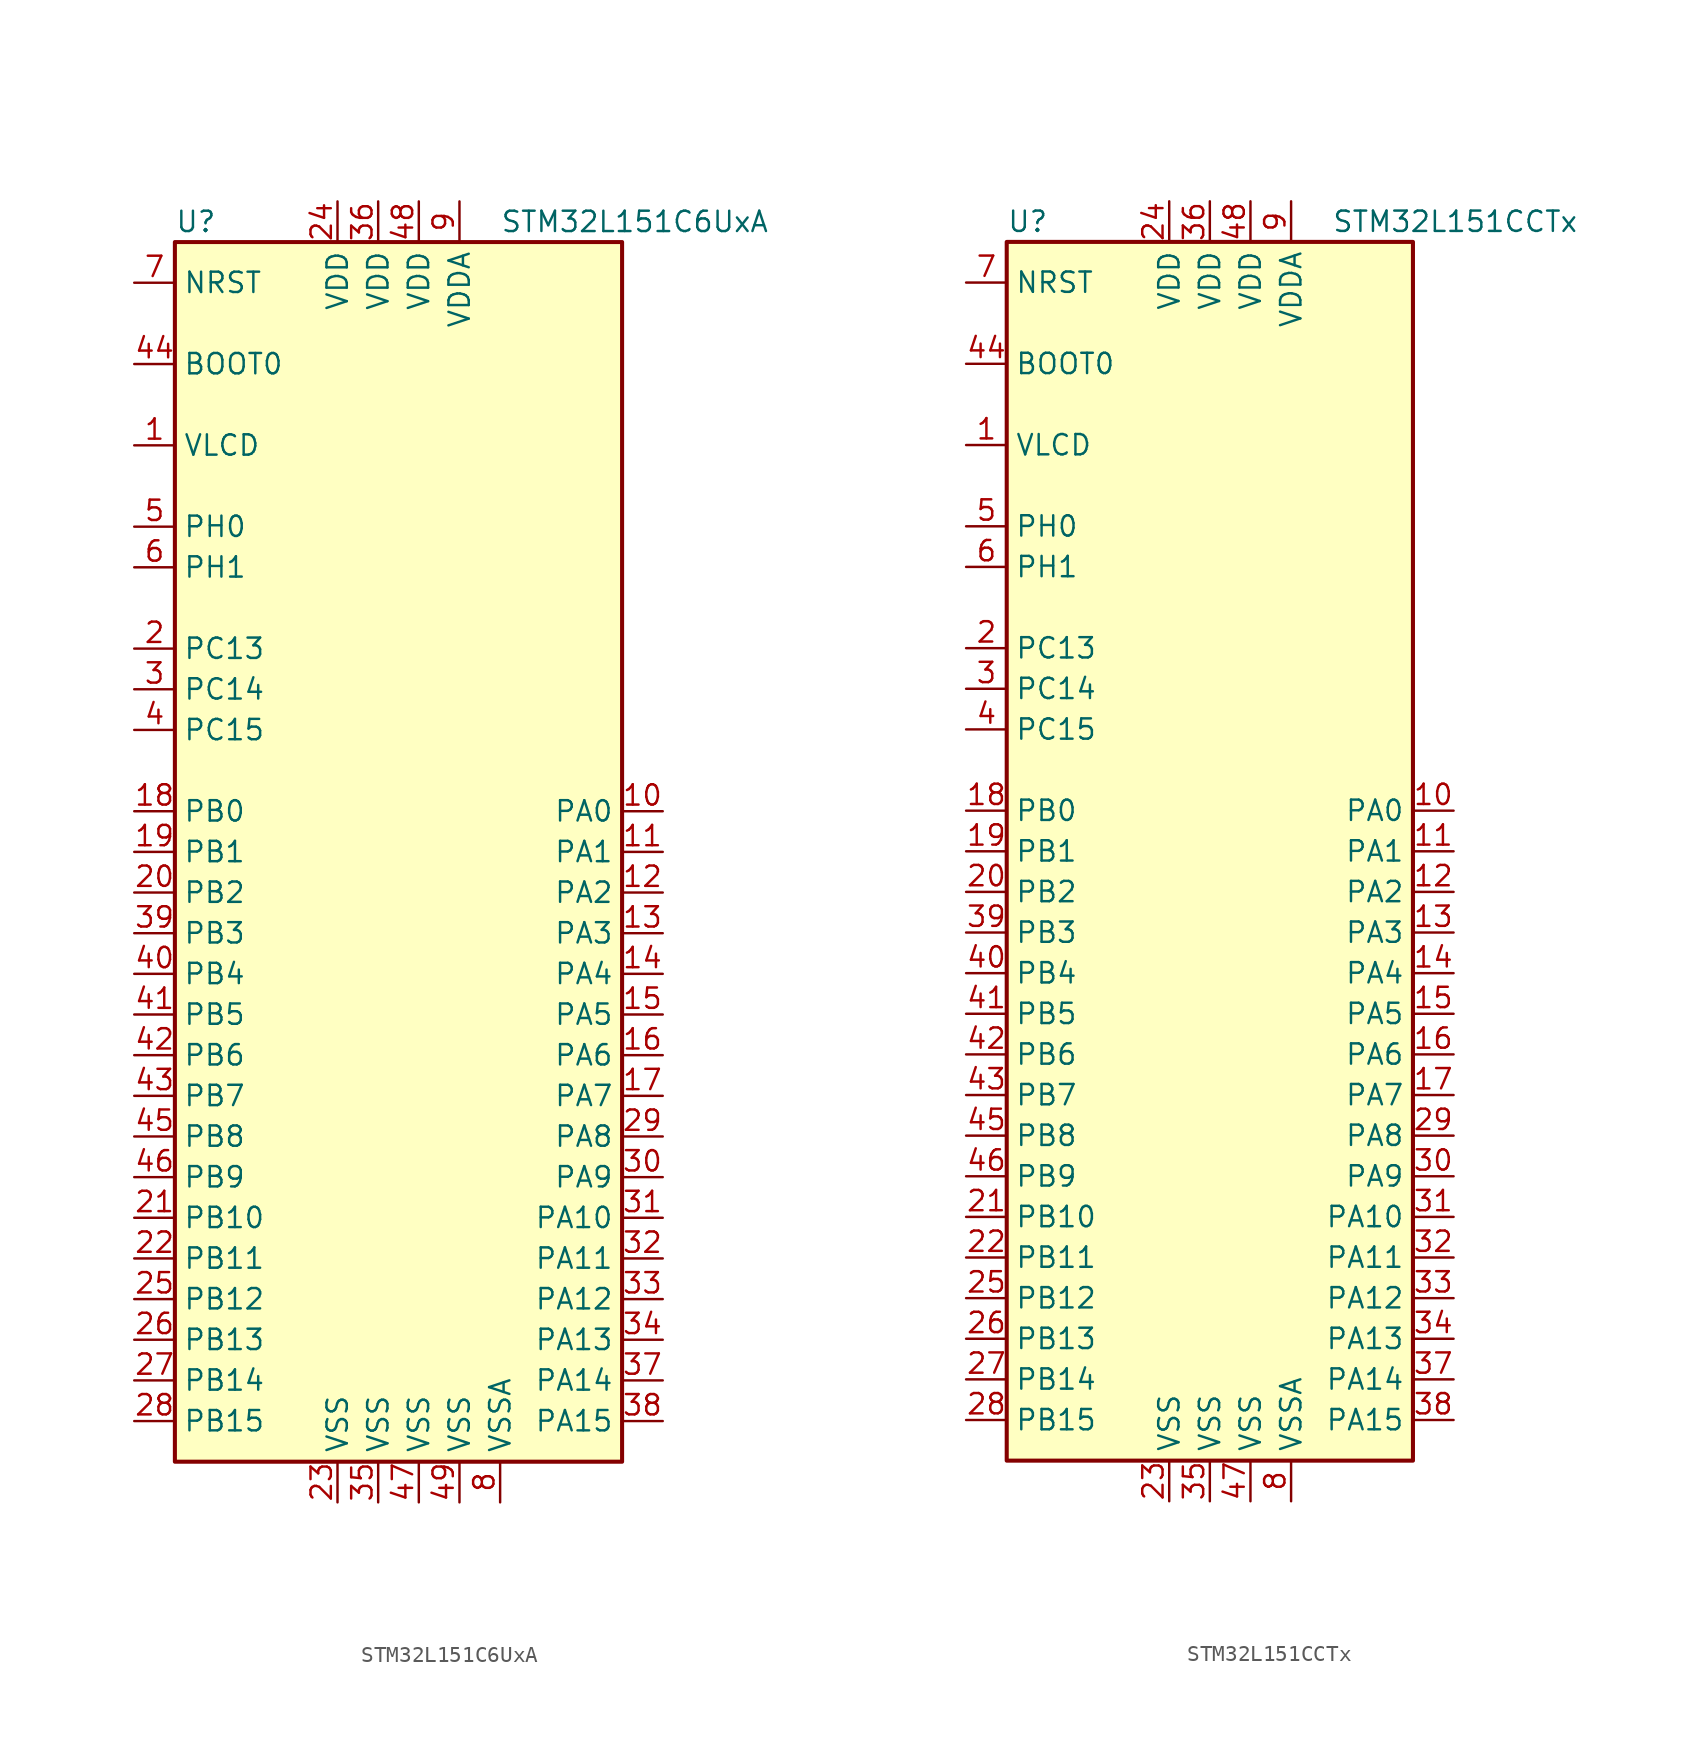
<source format=kicad_sym>
(kicad_symbol_lib
  (version 20201005)
  (generator kicad_symbol_editor)
  (symbol "MCU_ST_STM32L1:STM32L151C6UxA"
    (property "Reference" "U"
      (at -15.24 39.37 0)
      (effects (font (size 1.27 1.27)) (justify left)))
    (property "Value" "STM32L151C6UxA"
      (at 5.08 39.37 0)
      (effects (font (size 1.27 1.27)) (justify left)))
    (symbol "STM32L151C6UxA_0_1"
      (rectangle (start -15.24 -38.1) (end 12.7 38.1) (stroke (width 0.254)) (fill (type background))))
    (symbol "STM32L151C6UxA_1_1"
      (pin input line (at -17.78 30.48 0) (length 2.54) (name "BOOT0" (effects (font (size 1.27 1.27)))) (number "44" (effects (font (size 1.27 1.27)))))
      (pin input line (at -17.78 35.56 0) (length 2.54) (name "NRST" (effects (font (size 1.27 1.27)))) (number "7" (effects (font (size 1.27 1.27)))))
      (pin bidirectional line (at 15.24 2.54 180) (length 2.54) (name "PA0" (effects (font (size 1.27 1.27)))) (number "10" (effects (font (size 1.27 1.27)))))
      (pin bidirectional line (at 15.24 0 180) (length 2.54) (name "PA1" (effects (font (size 1.27 1.27)))) (number "11" (effects (font (size 1.27 1.27)))))
      (pin bidirectional line (at 15.24 -22.86 180) (length 2.54) (name "PA10" (effects (font (size 1.27 1.27)))) (number "31" (effects (font (size 1.27 1.27)))))
      (pin bidirectional line (at 15.24 -25.4 180) (length 2.54) (name "PA11" (effects (font (size 1.27 1.27)))) (number "32" (effects (font (size 1.27 1.27)))))
      (pin bidirectional line (at 15.24 -27.94 180) (length 2.54) (name "PA12" (effects (font (size 1.27 1.27)))) (number "33" (effects (font (size 1.27 1.27)))))
      (pin bidirectional line (at 15.24 -30.48 180) (length 2.54) (name "PA13" (effects (font (size 1.27 1.27)))) (number "34" (effects (font (size 1.27 1.27)))))
      (pin bidirectional line (at 15.24 -33.02 180) (length 2.54) (name "PA14" (effects (font (size 1.27 1.27)))) (number "37" (effects (font (size 1.27 1.27)))))
      (pin bidirectional line (at 15.24 -35.56 180) (length 2.54) (name "PA15" (effects (font (size 1.27 1.27)))) (number "38" (effects (font (size 1.27 1.27)))))
      (pin bidirectional line (at 15.24 -2.54 180) (length 2.54) (name "PA2" (effects (font (size 1.27 1.27)))) (number "12" (effects (font (size 1.27 1.27)))))
      (pin bidirectional line (at 15.24 -5.08 180) (length 2.54) (name "PA3" (effects (font (size 1.27 1.27)))) (number "13" (effects (font (size 1.27 1.27)))))
      (pin bidirectional line (at 15.24 -7.62 180) (length 2.54) (name "PA4" (effects (font (size 1.27 1.27)))) (number "14" (effects (font (size 1.27 1.27)))))
      (pin bidirectional line (at 15.24 -10.16 180) (length 2.54) (name "PA5" (effects (font (size 1.27 1.27)))) (number "15" (effects (font (size 1.27 1.27)))))
      (pin bidirectional line (at 15.24 -12.7 180) (length 2.54) (name "PA6" (effects (font (size 1.27 1.27)))) (number "16" (effects (font (size 1.27 1.27)))))
      (pin bidirectional line (at 15.24 -15.24 180) (length 2.54) (name "PA7" (effects (font (size 1.27 1.27)))) (number "17" (effects (font (size 1.27 1.27)))))
      (pin bidirectional line (at 15.24 -17.78 180) (length 2.54) (name "PA8" (effects (font (size 1.27 1.27)))) (number "29" (effects (font (size 1.27 1.27)))))
      (pin bidirectional line (at 15.24 -20.32 180) (length 2.54) (name "PA9" (effects (font (size 1.27 1.27)))) (number "30" (effects (font (size 1.27 1.27)))))
      (pin bidirectional line (at -17.78 2.54 0) (length 2.54) (name "PB0" (effects (font (size 1.27 1.27)))) (number "18" (effects (font (size 1.27 1.27)))))
      (pin bidirectional line (at -17.78 0 0) (length 2.54) (name "PB1" (effects (font (size 1.27 1.27)))) (number "19" (effects (font (size 1.27 1.27)))))
      (pin bidirectional line (at -17.78 -22.86 0) (length 2.54) (name "PB10" (effects (font (size 1.27 1.27)))) (number "21" (effects (font (size 1.27 1.27)))))
      (pin bidirectional line (at -17.78 -25.4 0) (length 2.54) (name "PB11" (effects (font (size 1.27 1.27)))) (number "22" (effects (font (size 1.27 1.27)))))
      (pin bidirectional line (at -17.78 -27.94 0) (length 2.54) (name "PB12" (effects (font (size 1.27 1.27)))) (number "25" (effects (font (size 1.27 1.27)))))
      (pin bidirectional line (at -17.78 -30.48 0) (length 2.54) (name "PB13" (effects (font (size 1.27 1.27)))) (number "26" (effects (font (size 1.27 1.27)))))
      (pin bidirectional line (at -17.78 -33.02 0) (length 2.54) (name "PB14" (effects (font (size 1.27 1.27)))) (number "27" (effects (font (size 1.27 1.27)))))
      (pin bidirectional line (at -17.78 -35.56 0) (length 2.54) (name "PB15" (effects (font (size 1.27 1.27)))) (number "28" (effects (font (size 1.27 1.27)))))
      (pin bidirectional line (at -17.78 -2.54 0) (length 2.54) (name "PB2" (effects (font (size 1.27 1.27)))) (number "20" (effects (font (size 1.27 1.27)))))
      (pin bidirectional line (at -17.78 -5.08 0) (length 2.54) (name "PB3" (effects (font (size 1.27 1.27)))) (number "39" (effects (font (size 1.27 1.27)))))
      (pin bidirectional line (at -17.78 -7.62 0) (length 2.54) (name "PB4" (effects (font (size 1.27 1.27)))) (number "40" (effects (font (size 1.27 1.27)))))
      (pin bidirectional line (at -17.78 -10.16 0) (length 2.54) (name "PB5" (effects (font (size 1.27 1.27)))) (number "41" (effects (font (size 1.27 1.27)))))
      (pin bidirectional line (at -17.78 -12.7 0) (length 2.54) (name "PB6" (effects (font (size 1.27 1.27)))) (number "42" (effects (font (size 1.27 1.27)))))
      (pin bidirectional line (at -17.78 -15.24 0) (length 2.54) (name "PB7" (effects (font (size 1.27 1.27)))) (number "43" (effects (font (size 1.27 1.27)))))
      (pin bidirectional line (at -17.78 -17.78 0) (length 2.54) (name "PB8" (effects (font (size 1.27 1.27)))) (number "45" (effects (font (size 1.27 1.27)))))
      (pin bidirectional line (at -17.78 -20.32 0) (length 2.54) (name "PB9" (effects (font (size 1.27 1.27)))) (number "46" (effects (font (size 1.27 1.27)))))
      (pin bidirectional line (at -17.78 12.7 0) (length 2.54) (name "PC13" (effects (font (size 1.27 1.27)))) (number "2" (effects (font (size 1.27 1.27)))))
      (pin bidirectional line (at -17.78 10.16 0) (length 2.54) (name "PC14" (effects (font (size 1.27 1.27)))) (number "3" (effects (font (size 1.27 1.27)))))
      (pin bidirectional line (at -17.78 7.62 0) (length 2.54) (name "PC15" (effects (font (size 1.27 1.27)))) (number "4" (effects (font (size 1.27 1.27)))))
      (pin input line (at -17.78 20.32 0) (length 2.54) (name "PH0" (effects (font (size 1.27 1.27)))) (number "5" (effects (font (size 1.27 1.27)))))
      (pin input line (at -17.78 17.78 0) (length 2.54) (name "PH1" (effects (font (size 1.27 1.27)))) (number "6" (effects (font (size 1.27 1.27)))))
      (pin power_in line (at -5.08 40.64 270) (length 2.54) (name "VDD" (effects (font (size 1.27 1.27)))) (number "24" (effects (font (size 1.27 1.27)))))
      (pin power_in line (at -2.54 40.64 270) (length 2.54) (name "VDD" (effects (font (size 1.27 1.27)))) (number "36" (effects (font (size 1.27 1.27)))))
      (pin power_in line (at 0 40.64 270) (length 2.54) (name "VDD" (effects (font (size 1.27 1.27)))) (number "48" (effects (font (size 1.27 1.27)))))
      (pin power_in line (at 2.54 40.64 270) (length 2.54) (name "VDDA" (effects (font (size 1.27 1.27)))) (number "9" (effects (font (size 1.27 1.27)))))
      (pin power_in line (at -17.78 25.4 0) (length 2.54) (name "VLCD" (effects (font (size 1.27 1.27)))) (number "1" (effects (font (size 1.27 1.27)))))
      (pin power_in line (at -5.08 -40.64 90) (length 2.54) (name "VSS" (effects (font (size 1.27 1.27)))) (number "23" (effects (font (size 1.27 1.27)))))
      (pin power_in line (at -2.54 -40.64 90) (length 2.54) (name "VSS" (effects (font (size 1.27 1.27)))) (number "35" (effects (font (size 1.27 1.27)))))
      (pin power_in line (at 0 -40.64 90) (length 2.54) (name "VSS" (effects (font (size 1.27 1.27)))) (number "47" (effects (font (size 1.27 1.27)))))
      (pin power_in line (at 2.54 -40.64 90) (length 2.54) (name "VSS" (effects (font (size 1.27 1.27)))) (number "49" (effects (font (size 1.27 1.27)))))
      (pin power_in line (at 5.08 -40.64 90) (length 2.54) (name "VSSA" (effects (font (size 1.27 1.27)))) (number "8" (effects (font (size 1.27 1.27)))))))
  (symbol "MCU_ST_STM32L1:STM32L151CCTx"
    (property "Reference" "U"
      (at -12.7 39.37 0)
      (effects (font (size 1.27 1.27)) (justify left)))
    (property "Value" "STM32L151CCTx"
      (at 7.62 39.37 0)
      (effects (font (size 1.27 1.27)) (justify left)))
    (symbol "STM32L151CCTx_0_1"
      (rectangle (start -12.7 -38.1) (end 12.7 38.1) (stroke (width 0.254)) (fill (type background))))
    (symbol "STM32L151CCTx_1_1"
      (pin input line (at -15.24 30.48 0) (length 2.54) (name "BOOT0" (effects (font (size 1.27 1.27)))) (number "44" (effects (font (size 1.27 1.27)))))
      (pin input line (at -15.24 35.56 0) (length 2.54) (name "NRST" (effects (font (size 1.27 1.27)))) (number "7" (effects (font (size 1.27 1.27)))))
      (pin bidirectional line (at 15.24 2.54 180) (length 2.54) (name "PA0" (effects (font (size 1.27 1.27)))) (number "10" (effects (font (size 1.27 1.27)))))
      (pin bidirectional line (at 15.24 0 180) (length 2.54) (name "PA1" (effects (font (size 1.27 1.27)))) (number "11" (effects (font (size 1.27 1.27)))))
      (pin bidirectional line (at 15.24 -22.86 180) (length 2.54) (name "PA10" (effects (font (size 1.27 1.27)))) (number "31" (effects (font (size 1.27 1.27)))))
      (pin bidirectional line (at 15.24 -25.4 180) (length 2.54) (name "PA11" (effects (font (size 1.27 1.27)))) (number "32" (effects (font (size 1.27 1.27)))))
      (pin bidirectional line (at 15.24 -27.94 180) (length 2.54) (name "PA12" (effects (font (size 1.27 1.27)))) (number "33" (effects (font (size 1.27 1.27)))))
      (pin bidirectional line (at 15.24 -30.48 180) (length 2.54) (name "PA13" (effects (font (size 1.27 1.27)))) (number "34" (effects (font (size 1.27 1.27)))))
      (pin bidirectional line (at 15.24 -33.02 180) (length 2.54) (name "PA14" (effects (font (size 1.27 1.27)))) (number "37" (effects (font (size 1.27 1.27)))))
      (pin bidirectional line (at 15.24 -35.56 180) (length 2.54) (name "PA15" (effects (font (size 1.27 1.27)))) (number "38" (effects (font (size 1.27 1.27)))))
      (pin bidirectional line (at 15.24 -2.54 180) (length 2.54) (name "PA2" (effects (font (size 1.27 1.27)))) (number "12" (effects (font (size 1.27 1.27)))))
      (pin bidirectional line (at 15.24 -5.08 180) (length 2.54) (name "PA3" (effects (font (size 1.27 1.27)))) (number "13" (effects (font (size 1.27 1.27)))))
      (pin bidirectional line (at 15.24 -7.62 180) (length 2.54) (name "PA4" (effects (font (size 1.27 1.27)))) (number "14" (effects (font (size 1.27 1.27)))))
      (pin bidirectional line (at 15.24 -10.16 180) (length 2.54) (name "PA5" (effects (font (size 1.27 1.27)))) (number "15" (effects (font (size 1.27 1.27)))))
      (pin bidirectional line (at 15.24 -12.7 180) (length 2.54) (name "PA6" (effects (font (size 1.27 1.27)))) (number "16" (effects (font (size 1.27 1.27)))))
      (pin bidirectional line (at 15.24 -15.24 180) (length 2.54) (name "PA7" (effects (font (size 1.27 1.27)))) (number "17" (effects (font (size 1.27 1.27)))))
      (pin bidirectional line (at 15.24 -17.78 180) (length 2.54) (name "PA8" (effects (font (size 1.27 1.27)))) (number "29" (effects (font (size 1.27 1.27)))))
      (pin bidirectional line (at 15.24 -20.32 180) (length 2.54) (name "PA9" (effects (font (size 1.27 1.27)))) (number "30" (effects (font (size 1.27 1.27)))))
      (pin bidirectional line (at -15.24 2.54 0) (length 2.54) (name "PB0" (effects (font (size 1.27 1.27)))) (number "18" (effects (font (size 1.27 1.27)))))
      (pin bidirectional line (at -15.24 0 0) (length 2.54) (name "PB1" (effects (font (size 1.27 1.27)))) (number "19" (effects (font (size 1.27 1.27)))))
      (pin bidirectional line (at -15.24 -22.86 0) (length 2.54) (name "PB10" (effects (font (size 1.27 1.27)))) (number "21" (effects (font (size 1.27 1.27)))))
      (pin bidirectional line (at -15.24 -25.4 0) (length 2.54) (name "PB11" (effects (font (size 1.27 1.27)))) (number "22" (effects (font (size 1.27 1.27)))))
      (pin bidirectional line (at -15.24 -27.94 0) (length 2.54) (name "PB12" (effects (font (size 1.27 1.27)))) (number "25" (effects (font (size 1.27 1.27)))))
      (pin bidirectional line (at -15.24 -30.48 0) (length 2.54) (name "PB13" (effects (font (size 1.27 1.27)))) (number "26" (effects (font (size 1.27 1.27)))))
      (pin bidirectional line (at -15.24 -33.02 0) (length 2.54) (name "PB14" (effects (font (size 1.27 1.27)))) (number "27" (effects (font (size 1.27 1.27)))))
      (pin bidirectional line (at -15.24 -35.56 0) (length 2.54) (name "PB15" (effects (font (size 1.27 1.27)))) (number "28" (effects (font (size 1.27 1.27)))))
      (pin bidirectional line (at -15.24 -2.54 0) (length 2.54) (name "PB2" (effects (font (size 1.27 1.27)))) (number "20" (effects (font (size 1.27 1.27)))))
      (pin bidirectional line (at -15.24 -5.08 0) (length 2.54) (name "PB3" (effects (font (size 1.27 1.27)))) (number "39" (effects (font (size 1.27 1.27)))))
      (pin bidirectional line (at -15.24 -7.62 0) (length 2.54) (name "PB4" (effects (font (size 1.27 1.27)))) (number "40" (effects (font (size 1.27 1.27)))))
      (pin bidirectional line (at -15.24 -10.16 0) (length 2.54) (name "PB5" (effects (font (size 1.27 1.27)))) (number "41" (effects (font (size 1.27 1.27)))))
      (pin bidirectional line (at -15.24 -12.7 0) (length 2.54) (name "PB6" (effects (font (size 1.27 1.27)))) (number "42" (effects (font (size 1.27 1.27)))))
      (pin bidirectional line (at -15.24 -15.24 0) (length 2.54) (name "PB7" (effects (font (size 1.27 1.27)))) (number "43" (effects (font (size 1.27 1.27)))))
      (pin bidirectional line (at -15.24 -17.78 0) (length 2.54) (name "PB8" (effects (font (size 1.27 1.27)))) (number "45" (effects (font (size 1.27 1.27)))))
      (pin bidirectional line (at -15.24 -20.32 0) (length 2.54) (name "PB9" (effects (font (size 1.27 1.27)))) (number "46" (effects (font (size 1.27 1.27)))))
      (pin bidirectional line (at -15.24 12.7 0) (length 2.54) (name "PC13" (effects (font (size 1.27 1.27)))) (number "2" (effects (font (size 1.27 1.27)))))
      (pin bidirectional line (at -15.24 10.16 0) (length 2.54) (name "PC14" (effects (font (size 1.27 1.27)))) (number "3" (effects (font (size 1.27 1.27)))))
      (pin bidirectional line (at -15.24 7.62 0) (length 2.54) (name "PC15" (effects (font (size 1.27 1.27)))) (number "4" (effects (font (size 1.27 1.27)))))
      (pin input line (at -15.24 20.32 0) (length 2.54) (name "PH0" (effects (font (size 1.27 1.27)))) (number "5" (effects (font (size 1.27 1.27)))))
      (pin input line (at -15.24 17.78 0) (length 2.54) (name "PH1" (effects (font (size 1.27 1.27)))) (number "6" (effects (font (size 1.27 1.27)))))
      (pin power_in line (at -2.54 40.64 270) (length 2.54) (name "VDD" (effects (font (size 1.27 1.27)))) (number "24" (effects (font (size 1.27 1.27)))))
      (pin power_in line (at 0 40.64 270) (length 2.54) (name "VDD" (effects (font (size 1.27 1.27)))) (number "36" (effects (font (size 1.27 1.27)))))
      (pin power_in line (at 2.54 40.64 270) (length 2.54) (name "VDD" (effects (font (size 1.27 1.27)))) (number "48" (effects (font (size 1.27 1.27)))))
      (pin power_in line (at 5.08 40.64 270) (length 2.54) (name "VDDA" (effects (font (size 1.27 1.27)))) (number "9" (effects (font (size 1.27 1.27)))))
      (pin power_in line (at -15.24 25.4 0) (length 2.54) (name "VLCD" (effects (font (size 1.27 1.27)))) (number "1" (effects (font (size 1.27 1.27)))))
      (pin power_in line (at -2.54 -40.64 90) (length 2.54) (name "VSS" (effects (font (size 1.27 1.27)))) (number "23" (effects (font (size 1.27 1.27)))))
      (pin power_in line (at 0 -40.64 90) (length 2.54) (name "VSS" (effects (font (size 1.27 1.27)))) (number "35" (effects (font (size 1.27 1.27)))))
      (pin power_in line (at 2.54 -40.64 90) (length 2.54) (name "VSS" (effects (font (size 1.27 1.27)))) (number "47" (effects (font (size 1.27 1.27)))))
      (pin power_in line (at 5.08 -40.64 90) (length 2.54) (name "VSSA" (effects (font (size 1.27 1.27)))) (number "8" (effects (font (size 1.27 1.27))))))))
</source>
